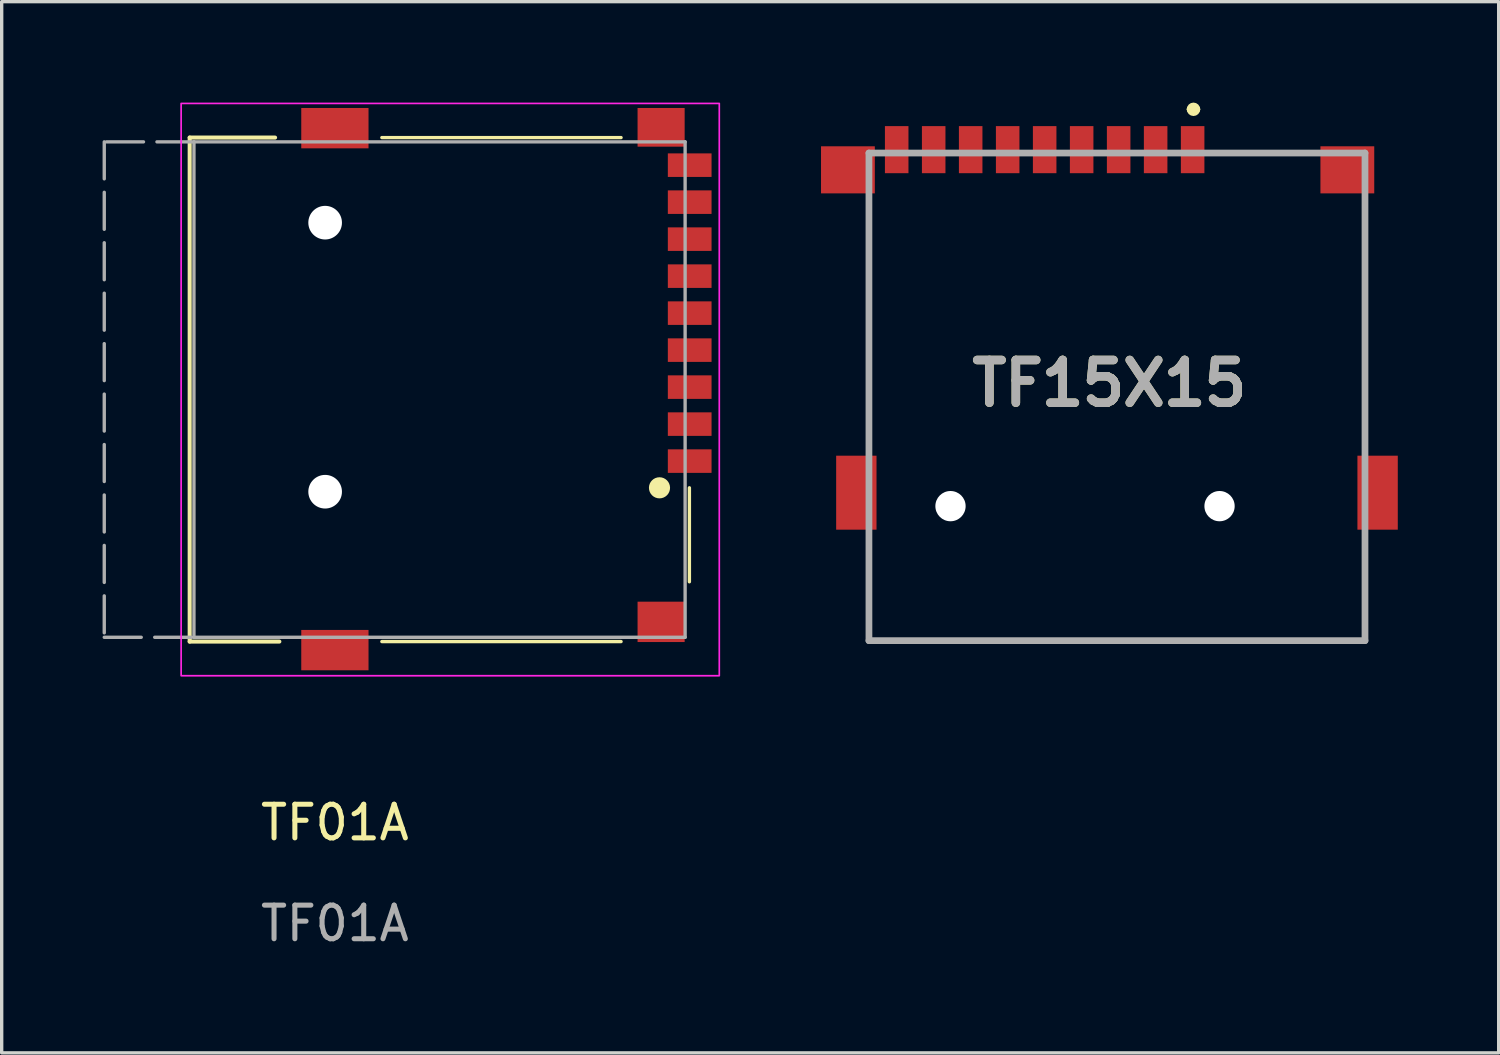
<source format=kicad_pcb>
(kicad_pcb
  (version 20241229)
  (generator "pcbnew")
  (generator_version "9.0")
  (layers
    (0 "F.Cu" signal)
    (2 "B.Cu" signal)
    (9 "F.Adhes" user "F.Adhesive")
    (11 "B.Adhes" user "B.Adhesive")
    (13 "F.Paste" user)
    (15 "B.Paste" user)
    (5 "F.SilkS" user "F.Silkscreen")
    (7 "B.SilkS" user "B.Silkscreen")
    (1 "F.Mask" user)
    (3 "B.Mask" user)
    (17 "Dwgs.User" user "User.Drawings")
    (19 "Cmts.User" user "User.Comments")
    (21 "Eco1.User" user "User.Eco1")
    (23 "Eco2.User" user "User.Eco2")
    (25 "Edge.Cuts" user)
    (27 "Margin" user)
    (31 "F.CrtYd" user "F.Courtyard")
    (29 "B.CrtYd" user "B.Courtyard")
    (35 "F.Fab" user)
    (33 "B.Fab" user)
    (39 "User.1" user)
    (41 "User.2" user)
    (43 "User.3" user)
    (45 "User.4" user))
  (footprint "TF15X15"
    (layer "F.Cu")
    (at 29.938 8.35)
    (property "Reference" "TF15X15" (at 0 0 0) (layer "F.SilkS") (effects (font (size 1.27 1.27) (thickness 0.254))))
    (attr through_hole)
    (fp_line (start -7.15 -5.35) (end -7.15 1.85) (stroke (width 0.1) (type solid)) (layer "F.SilkS"))
    (fp_line (start -7.15 4.55) (end -7.15 7.65) (stroke (width 0.1) (type solid)) (layer "F.SilkS"))
    (fp_line (start -7.15 7.65) (end 7.6 7.65) (stroke (width 0.1) (type solid)) (layer "F.SilkS"))
    (fp_line (start 2.4 -8.15) (end 2.4 -8.15) (stroke (width 0.2) (type solid)) (layer "F.SilkS"))
    (fp_line (start 2.6 -8.15) (end 2.6 -8.15) (stroke (width 0.2) (type solid)) (layer "F.SilkS"))
    (fp_line (start 6.1 -6.85) (end 3.1 -6.85) (stroke (width 0.1) (type solid)) (layer "F.SilkS"))
    (fp_line (start 7.6 1.85) (end 7.6 -5.35) (stroke (width 0.1) (type solid)) (layer "F.SilkS"))
    (fp_line (start 7.6 7.65) (end 7.6 4.55) (stroke (width 0.1) (type solid)) (layer "F.SilkS"))
    (fp_arc (start 2.4 -8.15) (mid 2.5 -8.25) (end 2.6 -8.15) (stroke (width 0.2) (type solid)) (layer "F.SilkS"))
    (fp_arc (start 2.6 -8.15) (mid 2.5 -8.05) (end 2.4 -8.15) (stroke (width 0.2) (type solid)) (layer "F.SilkS"))
    (fp_line (start -7.15 -6.85) (end 7.6 -6.85) (stroke (width 0.2) (type solid)) (layer "F.Fab"))
    (fp_line (start -7.15 7.65) (end -7.15 -6.85) (stroke (width 0.2) (type solid)) (layer "F.Fab"))
    (fp_line (start 7.6 -6.85) (end 7.6 7.65) (stroke (width 0.2) (type solid)) (layer "F.Fab"))
    (fp_line (start 7.6 7.65) (end -7.15 7.65) (stroke (width 0.2) (type solid)) (layer "F.Fab"))
    (fp_text user "${REFERENCE}" (at 0 0 0) (layer "F.Fab") (effects (font (size 1.27 1.27) (thickness 0.254))))
    (pad "" np_thru_hole circle (at -4.725 3.65) (size 0.9 0.9) (drill 0.9) (layers "*.Cu" "*.Mask"))
    (pad "" np_thru_hole circle (at 3.275 3.65) (size 0.9 0.9) (drill 0.9) (layers "*.Cu" "*.Mask"))
    (pad "1" smd rect (at 2.475 -6.95) (size 0.7 1.4) (layers "F.Cu" "F.Mask" "F.Paste"))
    (pad "2" smd rect (at 1.375 -6.95) (size 0.7 1.4) (layers "F.Cu" "F.Mask" "F.Paste"))
    (pad "3" smd rect (at 0.275 -6.95) (size 0.7 1.4) (layers "F.Cu" "F.Mask" "F.Paste"))
    (pad "4" smd rect (at -0.825 -6.95) (size 0.7 1.4) (layers "F.Cu" "F.Mask" "F.Paste"))
    (pad "5" smd rect (at -1.925 -6.95) (size 0.7 1.4) (layers "F.Cu" "F.Mask" "F.Paste"))
    (pad "6" smd rect (at -3.025 -6.95) (size 0.7 1.4) (layers "F.Cu" "F.Mask" "F.Paste"))
    (pad "7" smd rect (at -4.125 -6.95) (size 0.7 1.4) (layers "F.Cu" "F.Mask" "F.Paste"))
    (pad "8" smd rect (at -5.225 -6.95) (size 0.7 1.4) (layers "F.Cu" "F.Mask" "F.Paste"))
    (pad "9" smd rect (at -6.325 -6.95) (size 0.7 1.4) (layers "F.Cu" "F.Mask" "F.Paste"))
    (pad "MP1" smd rect (at -7.775 -6.35 90) (size 1.4 1.6) (layers "F.Cu" "F.Mask" "F.Paste"))
    (pad "MP2" smd rect (at 7.075 -6.35 90) (size 1.4 1.6) (layers "F.Cu" "F.Mask" "F.Paste"))
    (pad "MP3" smd rect (at -7.525 3.25) (size 1.2 2.2) (layers "F.Cu" "F.Mask" "F.Paste"))
    (pad "MP4" smd rect (at 7.975 3.25) (size 1.2 2.2) (layers "F.Cu" "F.Mask" "F.Paste")))
  (footprint "TF01A"
    (layer "F.Cu")
    (at 6.908 16.281)
    (property "Reference" "TF01A" (at 0 5.128 0) (unlocked yes) (layer "F.SilkS") (effects (font (size 1 1) (thickness 0.15))))
    (attr smd)
    (fp_line (start -4.318 -15.24) (end -1.778 -15.24) (stroke (width 0.12) (type default)) (layer "F.SilkS"))
    (fp_line (start -4.318 -0.254) (end -4.318 -15.24) (stroke (width 0.12) (type default)) (layer "F.SilkS"))
    (fp_line (start -1.651 -0.254) (end -4.318 -0.254) (stroke (width 0.12) (type default)) (layer "F.SilkS"))
    (fp_line (start 1.397 -15.24) (end 8.509 -15.24) (stroke (width 0.1) (type default)) (layer "F.SilkS"))
    (fp_line (start 1.397 -0.254) (end 8.509 -0.254) (stroke (width 0.1) (type default)) (layer "F.SilkS"))
    (fp_line (start 10.541 -4.826) (end 10.541 -2.032) (stroke (width 0.1) (type default)) (layer "F.SilkS"))
    (fp_circle (center 9.652 -4.826) (end 9.906 -4.826) (stroke (width 0.12) (type solid)) (fill yes) (layer "F.SilkS"))
    (fp_rect (start -4.572 0.762) (end 11.43 -16.256) (stroke (width 0.05) (type default)) (fill no) (layer "F.CrtYd"))
    (fp_line (start -6.858 -15.113) (end -6.858 -0.381) (stroke (width 0.1) (type dash)) (layer "F.Fab"))
    (fp_line (start -6.858 -0.381) (end -4.191 -0.381) (stroke (width 0.1) (type dash)) (layer "F.Fab"))
    (fp_line (start -4.191 -15.113) (end -6.858 -15.113) (stroke (width 0.1) (type dash)) (layer "F.Fab"))
    (fp_line (start -4.191 -15.113) (end 10.414 -15.113) (stroke (width 0.1) (type default)) (layer "F.Fab"))
    (fp_line (start -4.191 -0.381) (end -4.191 -15.113) (stroke (width 0.1) (type default)) (layer "F.Fab"))
    (fp_line (start -4.191 -0.381) (end 10.414 -0.381) (stroke (width 0.1) (type default)) (layer "F.Fab"))
    (fp_line (start 10.414 -0.381) (end 10.414 -15.113) (stroke (width 0.1) (type default)) (layer "F.Fab"))
    (fp_text user "${REFERENCE}" (at 0 8.128 0) (unlocked yes) (layer "F.Fab") (effects (font (size 1 1) (thickness 0.15))))
    (pad "" np_thru_hole circle (at -0.29 -12.71) (size 1 1) (drill 1) (layers "*.Cu" "*.Mask"))
    (pad "" np_thru_hole circle (at -0.29 -4.71) (size 1 1) (drill 1) (layers "*.Cu" "*.Mask"))
    (pad "1" smd rect (at 10.55 -5.62) (size 1.3 0.7) (layers "F.Cu" "F.Mask" "F.Paste"))
    (pad "2" smd rect (at 10.55 -6.72) (size 1.3 0.7) (layers "F.Cu" "F.Mask" "F.Paste"))
    (pad "3" smd rect (at 10.55 -7.82) (size 1.3 0.7) (layers "F.Cu" "F.Mask" "F.Paste"))
    (pad "4" smd rect (at 10.55 -8.92) (size 1.3 0.7) (layers "F.Cu" "F.Mask" "F.Paste"))
    (pad "5" smd rect (at 10.55 -10.02) (size 1.3 0.7) (layers "F.Cu" "F.Mask" "F.Paste"))
    (pad "6" smd rect (at 10.55 -11.12) (size 1.3 0.7) (layers "F.Cu" "F.Mask" "F.Paste"))
    (pad "7" smd rect (at 10.55 -12.22) (size 1.3 0.7) (layers "F.Cu" "F.Mask" "F.Paste"))
    (pad "8" smd rect (at 10.55 -13.32) (size 1.3 0.7) (layers "F.Cu" "F.Mask" "F.Paste"))
    (pad "9" smd rect (at 10.55 -14.42) (size 1.3 0.7) (layers "F.Cu" "F.Mask" "F.Paste"))
    (pad "10" smd rect (at 0 -15.52) (size 2 1.2) (layers "F.Cu" "F.Mask" "F.Paste"))
    (pad "10" smd rect (at 0 0) (size 2 1.2) (layers "F.Cu" "F.Mask" "F.Paste"))
    (pad "10" smd rect (at 9.7 -15.545) (size 1.4 1.15) (layers "F.Cu" "F.Mask" "F.Paste"))
    (pad "10" smd rect (at 9.7 -0.84) (size 1.4 1.2) (layers "F.Cu" "F.Mask" "F.Paste")))
  (gr_rect
    (start -3 -3)
    (end 41.513 28.257)
    (stroke (width 0.1) (type default))
    (fill no)
    (layer "Edge.Cuts")))
</source>
